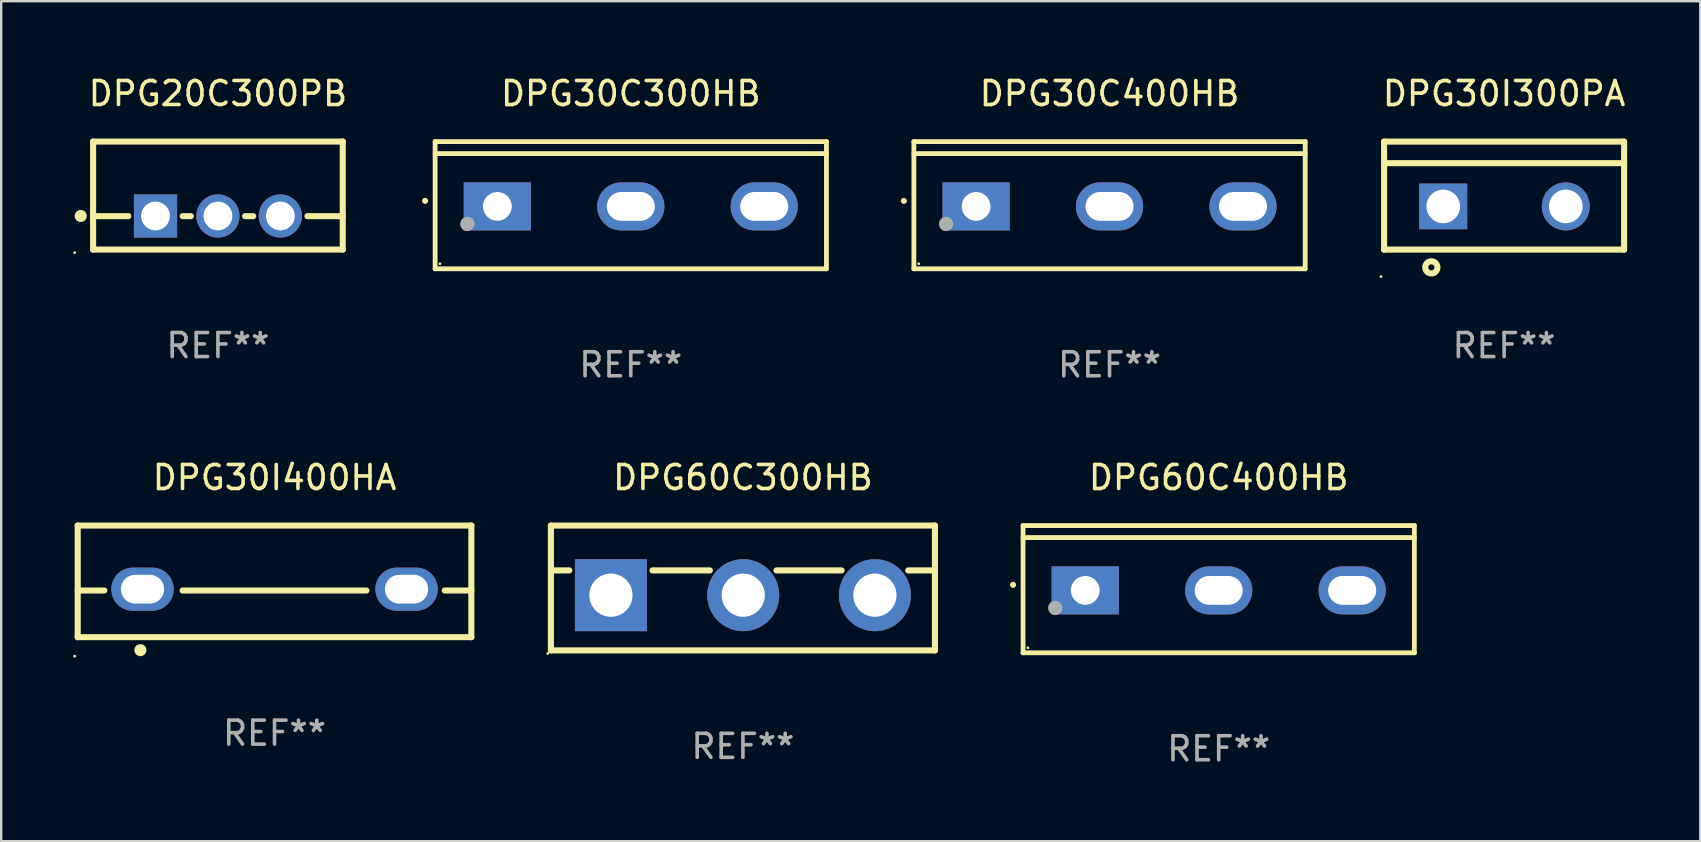
<source format=kicad_pcb>
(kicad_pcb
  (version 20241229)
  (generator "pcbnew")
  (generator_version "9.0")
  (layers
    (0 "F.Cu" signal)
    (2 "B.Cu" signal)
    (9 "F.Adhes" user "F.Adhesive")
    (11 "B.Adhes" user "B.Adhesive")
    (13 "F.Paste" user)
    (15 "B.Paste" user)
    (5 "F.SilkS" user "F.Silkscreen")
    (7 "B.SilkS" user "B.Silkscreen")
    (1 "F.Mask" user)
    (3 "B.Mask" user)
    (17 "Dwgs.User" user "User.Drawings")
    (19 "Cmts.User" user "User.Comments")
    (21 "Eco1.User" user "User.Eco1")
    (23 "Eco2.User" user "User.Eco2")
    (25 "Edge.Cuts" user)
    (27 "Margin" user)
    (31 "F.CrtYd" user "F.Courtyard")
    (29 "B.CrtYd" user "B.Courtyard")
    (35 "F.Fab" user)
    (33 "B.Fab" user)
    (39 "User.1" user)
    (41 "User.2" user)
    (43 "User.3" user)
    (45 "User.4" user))
  (footprint "DPG30C300HB"
    (layer "F.Cu")
    (at 23.229 5.499)
    (property "Reference" "DPG30C300HB" (at 0 -4.65 0) (layer "F.SilkS") (effects (font (size 1 1) (thickness 0.15))))
    (attr through_hole)
    (fp_line (start -8.151 -2.65) (end -8.151 2.65) (stroke (width 0.201) (type solid)) (layer "F.SilkS"))
    (fp_line (start 8.151 -2.65) (end -8.151 -2.65) (stroke (width 0.201) (type solid)) (layer "F.SilkS"))
    (fp_line (start 8.151 -2.15) (end -8.151 -2.15) (stroke (width 0.201) (type solid)) (layer "F.SilkS"))
    (fp_line (start 8.151 2.65) (end -8.151 2.65) (stroke (width 0.201) (type solid)) (layer "F.SilkS"))
    (fp_line (start 8.151 2.65) (end 8.151 -2.65) (stroke (width 0.201) (type solid)) (layer "F.SilkS"))
    (fp_arc (start -8.570003 -0.18048) (mid -8.568733 -0.180486) (end -8.567463 -0.18048) (stroke (width 0.24892) (type solid)) (layer "F.SilkS"))
    (fp_circle (center -7.95 2.44) (end -7.92 2.44) (stroke (width 0.06) (type solid)) (fill no) (layer "F.SilkS"))
    (fp_circle (center -6.81 0.78) (end -6.66 0.78) (stroke (width 0.3) (type solid)) (fill no) (layer "F.Fab"))
    (fp_text user "REF**" (at 0 6.65 0) (layer "F.Fab") (effects (font (size 1 1) (thickness 0.15))))
    (pad "1" thru_hole rect (at -5.56 0.05 90) (size 2 2.8) (drill 1.2) (layers "*.Cu" "*.Mask"))
    (pad "2" thru_hole oval (at 0 0.05 90) (size 2 2.8) (drill oval 1.2 2) (layers "*.Cu" "*.Mask"))
    (pad "3" thru_hole oval (at 5.56 0.05 90) (size 2 2.8) (drill oval 1.2 2) (layers "*.Cu" "*.Mask")))
  (footprint "DPG30I400HA"
    (layer "F.Cu")
    (at 8.387 21.171)
    (property "Reference" "DPG30I400HA" (at 0 -4.325 0) (layer "F.SilkS") (effects (font (size 1 1) (thickness 0.15))))
    (attr through_hole)
    (fp_line (start -8.2 -2.325) (end -8.2 2.325) (stroke (width 0.254) (type solid)) (layer "F.SilkS"))
    (fp_line (start -8.2 -2.325) (end 8.2 -2.325) (stroke (width 0.254) (type solid)) (layer "F.SilkS"))
    (fp_line (start -8.2 0.38) (end -7.09 0.38) (stroke (width 0.254) (type solid)) (layer "F.SilkS"))
    (fp_line (start -8.2 2.325) (end 8.2 2.325) (stroke (width 0.254) (type solid)) (layer "F.SilkS"))
    (fp_line (start -3.83 0.38) (end 3.83 0.38) (stroke (width 0.254) (type solid)) (layer "F.SilkS"))
    (fp_line (start 7.09 0.38) (end 8.2 0.38) (stroke (width 0.254) (type solid)) (layer "F.SilkS"))
    (fp_line (start 8.2 -2.325) (end 8.2 2.325) (stroke (width 0.254) (type solid)) (layer "F.SilkS"))
    (fp_circle (center -8.327 3.119) (end -8.297 3.119) (stroke (width 0.06) (type solid)) (fill no) (layer "F.SilkS"))
    (fp_circle (center -5.588 2.865) (end -5.461 2.865) (stroke (width 0.254) (type solid)) (fill no) (layer "F.SilkS"))
    (fp_text user "REF**" (at 0 6.325 0) (layer "F.Fab") (effects (font (size 1 1) (thickness 0.15))))
    (pad "1" thru_hole oval (at -5.5 0.325) (size 2.6 1.8) (drill oval 1.8 1.2) (layers "*.Cu" "*.Mask"))
    (pad "3" thru_hole oval (at 5.5 0.325) (size 2.6 1.8) (drill oval 1.8 1.2) (layers "*.Cu" "*.Mask")))
  (footprint "DPG60C400HB"
    (layer "F.Cu")
    (at 47.723 21.496)
    (property "Reference" "DPG60C400HB" (at 0 -4.65 0) (layer "F.SilkS") (effects (font (size 1 1) (thickness 0.15))))
    (attr through_hole)
    (fp_line (start -8.151 -2.65) (end -8.151 2.65) (stroke (width 0.201) (type solid)) (layer "F.SilkS"))
    (fp_line (start 8.151 -2.65) (end -8.151 -2.65) (stroke (width 0.201) (type solid)) (layer "F.SilkS"))
    (fp_line (start 8.151 -2.15) (end -8.151 -2.15) (stroke (width 0.201) (type solid)) (layer "F.SilkS"))
    (fp_line (start 8.151 2.65) (end -8.151 2.65) (stroke (width 0.201) (type solid)) (layer "F.SilkS"))
    (fp_line (start 8.151 2.65) (end 8.151 -2.65) (stroke (width 0.201) (type solid)) (layer "F.SilkS"))
    (fp_arc (start -8.570003 -0.18048) (mid -8.568733 -0.180486) (end -8.567463 -0.18048) (stroke (width 0.24892) (type solid)) (layer "F.SilkS"))
    (fp_circle (center -7.95 2.44) (end -7.92 2.44) (stroke (width 0.06) (type solid)) (fill no) (layer "F.SilkS"))
    (fp_circle (center -6.81 0.78) (end -6.66 0.78) (stroke (width 0.3) (type solid)) (fill no) (layer "F.Fab"))
    (fp_text user "REF**" (at 0 6.65 0) (layer "F.Fab") (effects (font (size 1 1) (thickness 0.15))))
    (pad "1" thru_hole rect (at -5.56 0.05 90) (size 2 2.8) (drill 1.2) (layers "*.Cu" "*.Mask"))
    (pad "2" thru_hole oval (at 0 0.05 90) (size 2 2.8) (drill oval 1.2 2) (layers "*.Cu" "*.Mask"))
    (pad "3" thru_hole oval (at 5.56 0.05 90) (size 2 2.8) (drill oval 1.2 2) (layers "*.Cu" "*.Mask")))
  (footprint "DPG30I300PA"
    (layer "F.Cu")
    (at 59.613 5.099)
    (property "Reference" "DPG30I300PA" (at 0 -4.25 0) (layer "F.SilkS") (effects (font (size 1 1) (thickness 0.15))))
    (attr through_hole)
    (fp_line (start -5 -2.25) (end 5 -2.25) (stroke (width 0.254) (type solid)) (layer "F.SilkS"))
    (fp_line (start -5 -1.351) (end 5 -1.351) (stroke (width 0.254) (type solid)) (layer "F.SilkS"))
    (fp_line (start -5 2.25) (end -5 -2.25) (stroke (width 0.254) (type solid)) (layer "F.SilkS"))
    (fp_line (start -5 2.25) (end 5 2.25) (stroke (width 0.254) (type solid)) (layer "F.SilkS"))
    (fp_line (start 5 2.25) (end 5 -2.25) (stroke (width 0.254) (type solid)) (layer "F.SilkS"))
    (fp_circle (center -5.127 3.371) (end -5.097 3.371) (stroke (width 0.06) (type solid)) (fill no) (layer "F.SilkS"))
    (fp_circle (center -3.031 2.99) (end -2.777 2.99) (stroke (width 0.254) (type solid)) (fill no) (layer "F.SilkS"))
    (fp_text user "REF**" (at 0 6.25 0) (layer "F.Fab") (effects (font (size 1 1) (thickness 0.15))))
    (pad "1" thru_hole rect (at -2.536 0.45 90) (size 1.905 2) (drill 1.4) (layers "*.Cu" "*.Mask"))
    (pad "3" thru_hole circle (at 2.569 0.45) (size 2 2) (drill 1.4) (layers "*.Cu" "*.Mask")))
  (footprint "DPG30C400HB"
    (layer "F.Cu")
    (at 43.175 5.499)
    (property "Reference" "DPG30C400HB" (at 0 -4.65 0) (layer "F.SilkS") (effects (font (size 1 1) (thickness 0.15))))
    (attr through_hole)
    (fp_line (start -8.151 -2.65) (end -8.151 2.65) (stroke (width 0.201) (type solid)) (layer "F.SilkS"))
    (fp_line (start 8.151 -2.65) (end -8.151 -2.65) (stroke (width 0.201) (type solid)) (layer "F.SilkS"))
    (fp_line (start 8.151 -2.15) (end -8.151 -2.15) (stroke (width 0.201) (type solid)) (layer "F.SilkS"))
    (fp_line (start 8.151 2.65) (end -8.151 2.65) (stroke (width 0.201) (type solid)) (layer "F.SilkS"))
    (fp_line (start 8.151 2.65) (end 8.151 -2.65) (stroke (width 0.201) (type solid)) (layer "F.SilkS"))
    (fp_arc (start -8.570003 -0.18048) (mid -8.568733 -0.180486) (end -8.567463 -0.18048) (stroke (width 0.24892) (type solid)) (layer "F.SilkS"))
    (fp_circle (center -7.95 2.44) (end -7.92 2.44) (stroke (width 0.06) (type solid)) (fill no) (layer "F.SilkS"))
    (fp_circle (center -6.81 0.78) (end -6.66 0.78) (stroke (width 0.3) (type solid)) (fill no) (layer "F.Fab"))
    (fp_text user "REF**" (at 0 6.65 0) (layer "F.Fab") (effects (font (size 1 1) (thickness 0.15))))
    (pad "1" thru_hole rect (at -5.56 0.05 90) (size 2 2.8) (drill 1.2) (layers "*.Cu" "*.Mask"))
    (pad "2" thru_hole oval (at 0 0.05 90) (size 2 2.8) (drill oval 1.2 2) (layers "*.Cu" "*.Mask"))
    (pad "3" thru_hole oval (at 5.56 0.05 90) (size 2 2.8) (drill oval 1.2 2) (layers "*.Cu" "*.Mask")))
  (footprint "DPG60C300HB"
    (layer "F.Cu")
    (at 27.901 21.446)
    (property "Reference" "DPG60C300HB" (at 0 -4.6 0) (layer "F.SilkS") (effects (font (size 1 1) (thickness 0.15))))
    (attr through_hole)
    (fp_line (start -8 -2.6) (end -8 2.6) (stroke (width 0.254) (type solid)) (layer "F.SilkS"))
    (fp_line (start -8 -2.6) (end 8 -2.6) (stroke (width 0.254) (type solid)) (layer "F.SilkS"))
    (fp_line (start -8 -0.732) (end -7.23 -0.732) (stroke (width 0.254) (type solid)) (layer "F.SilkS"))
    (fp_line (start -8 2.6) (end 8 2.6) (stroke (width 0.254) (type solid)) (layer "F.SilkS"))
    (fp_line (start -3.768 -0.732) (end -1.376 -0.732) (stroke (width 0.254) (type solid)) (layer "F.SilkS"))
    (fp_line (start 1.402 -0.732) (end 4.11 -0.732) (stroke (width 0.254) (type solid)) (layer "F.SilkS"))
    (fp_line (start 6.888 -0.732) (end 8 -0.732) (stroke (width 0.254) (type solid)) (layer "F.SilkS"))
    (fp_line (start 8 -2.6) (end 8 2.6) (stroke (width 0.254) (type solid)) (layer "F.SilkS"))
    (fp_circle (center -8.127 2.727) (end -8.097 2.727) (stroke (width 0.06) (type solid)) (fill no) (layer "F.SilkS"))
    (fp_text user "REF**" (at 0 6.6 0) (layer "F.Fab") (effects (font (size 1 1) (thickness 0.15))))
    (pad "1" thru_hole rect (at -5.499 0.3) (size 3 3) (drill 1.8) (layers "*.Cu" "*.Mask"))
    (pad "2" thru_hole circle (at 0.013 0.3) (size 3 3) (drill 1.8) (layers "*.Cu" "*.Mask"))
    (pad "3" thru_hole circle (at 5.499 0.3) (size 3 3) (drill 1.8) (layers "*.Cu" "*.Mask")))
  (footprint "DPG20C300PB"
    (layer "F.Cu")
    (at 6.029 5.098)
    (property "Reference" "DPG20C300PB" (at 0 -4.25 0) (layer "F.SilkS") (effects (font (size 1 1) (thickness 0.15))))
    (attr through_hole)
    (fp_line (start -5.2 -2.25) (end -5.2 2.25) (stroke (width 0.254) (type solid)) (layer "F.SilkS"))
    (fp_line (start -5.2 -2.25) (end 5.2 -2.25) (stroke (width 0.254) (type solid)) (layer "F.SilkS"))
    (fp_line (start -5.2 0.857) (end -3.731 0.857) (stroke (width 0.254) (type solid)) (layer "F.SilkS"))
    (fp_line (start -5.2 2.25) (end 5.2 2.25) (stroke (width 0.254) (type solid)) (layer "F.SilkS"))
    (fp_line (start -1.469 0.857) (end -1.131 0.857) (stroke (width 0.254) (type solid)) (layer "F.SilkS"))
    (fp_line (start 1.131 0.857) (end 1.469 0.857) (stroke (width 0.254) (type solid)) (layer "F.SilkS"))
    (fp_line (start 3.731 0.857) (end 5.2 0.857) (stroke (width 0.254) (type solid)) (layer "F.SilkS"))
    (fp_line (start 5.2 -2.25) (end 5.2 2.25) (stroke (width 0.254) (type solid)) (layer "F.SilkS"))
    (fp_circle (center -5.969 2.377) (end -5.939 2.377) (stroke (width 0.06) (type solid)) (fill no) (layer "F.SilkS"))
    (fp_circle (center -5.715 0.85) (end -5.588 0.85) (stroke (width 0.254) (type solid)) (fill no) (layer "F.SilkS"))
    (fp_text user "REF**" (at 0 6.25 0) (layer "F.Fab") (effects (font (size 1 1) (thickness 0.15))))
    (pad "1" thru_hole rect (at -2.6 0.85) (size 1.8 1.8) (drill 1.2) (layers "*.Cu" "*.Mask"))
    (pad "2" thru_hole circle (at 0 0.85) (size 1.8 1.8) (drill 1.2) (layers "*.Cu" "*.Mask"))
    (pad "3" thru_hole circle (at 2.6 0.85) (size 1.8 1.8) (drill 1.2) (layers "*.Cu" "*.Mask")))
  (gr_rect
    (start -3 -3)
    (end 67.786 31.995)
    (stroke (width 0.1) (type default))
    (fill no)
    (layer "Edge.Cuts")))
</source>
